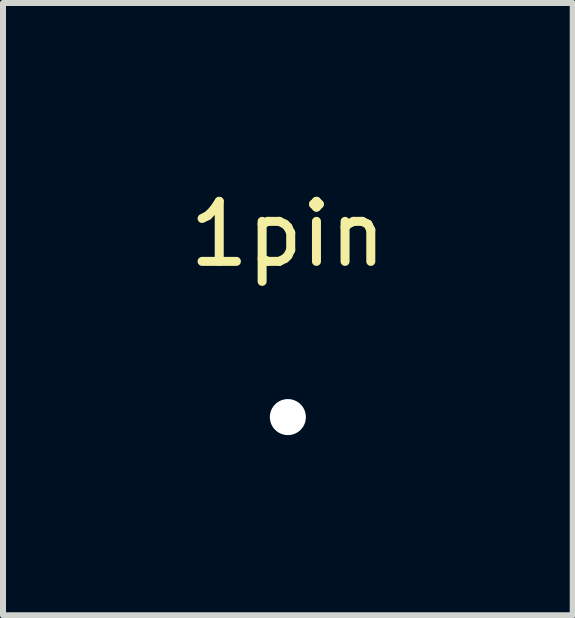
<source format=kicad_pcb>
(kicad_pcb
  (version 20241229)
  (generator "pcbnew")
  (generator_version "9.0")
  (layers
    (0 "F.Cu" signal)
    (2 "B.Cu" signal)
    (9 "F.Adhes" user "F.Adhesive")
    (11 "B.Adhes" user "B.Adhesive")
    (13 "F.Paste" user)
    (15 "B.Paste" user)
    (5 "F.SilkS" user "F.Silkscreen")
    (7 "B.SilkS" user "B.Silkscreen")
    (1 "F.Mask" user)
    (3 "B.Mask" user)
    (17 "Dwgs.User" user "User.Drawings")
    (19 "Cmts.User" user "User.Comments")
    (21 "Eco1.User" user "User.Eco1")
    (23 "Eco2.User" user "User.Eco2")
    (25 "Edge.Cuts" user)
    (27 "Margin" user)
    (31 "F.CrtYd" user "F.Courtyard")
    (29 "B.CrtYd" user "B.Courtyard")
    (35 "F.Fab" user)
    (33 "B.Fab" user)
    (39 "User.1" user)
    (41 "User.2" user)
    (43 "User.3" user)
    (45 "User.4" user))
  (footprint "1pin"
    (layer "F.Cu")
    (at 1.744 3.896)
    (property "Reference" "1pin" (at 0 -3.048 0) (layer "F.SilkS") (effects (font (size 1 1) (thickness 0.15))))
    (attr through_hole)
    (pad "" np_thru_hole circle (at 0 0) (size 0.6 0.6) (drill 0.6) (layers "*.Cu" "*.Mask")))
  (gr_rect
    (start -3 -3)
    (end 6.488 7.196)
    (stroke (width 0.1) (type default))
    (fill no)
    (layer "Edge.Cuts")))
</source>
